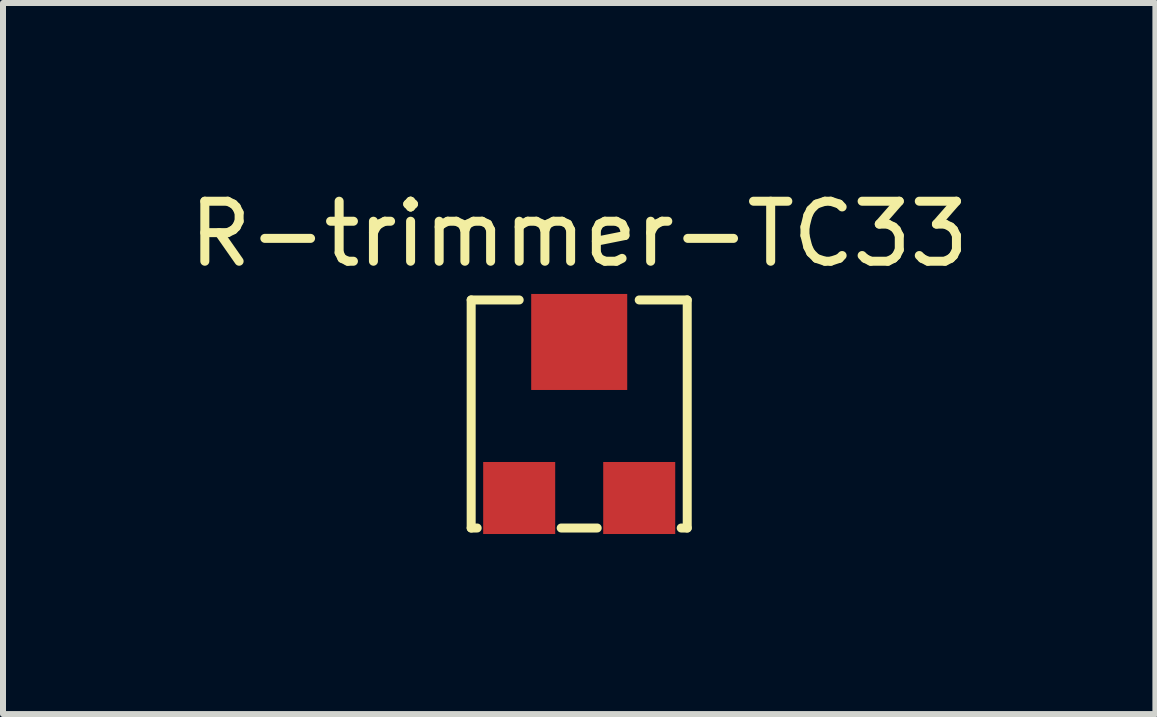
<source format=kicad_pcb>
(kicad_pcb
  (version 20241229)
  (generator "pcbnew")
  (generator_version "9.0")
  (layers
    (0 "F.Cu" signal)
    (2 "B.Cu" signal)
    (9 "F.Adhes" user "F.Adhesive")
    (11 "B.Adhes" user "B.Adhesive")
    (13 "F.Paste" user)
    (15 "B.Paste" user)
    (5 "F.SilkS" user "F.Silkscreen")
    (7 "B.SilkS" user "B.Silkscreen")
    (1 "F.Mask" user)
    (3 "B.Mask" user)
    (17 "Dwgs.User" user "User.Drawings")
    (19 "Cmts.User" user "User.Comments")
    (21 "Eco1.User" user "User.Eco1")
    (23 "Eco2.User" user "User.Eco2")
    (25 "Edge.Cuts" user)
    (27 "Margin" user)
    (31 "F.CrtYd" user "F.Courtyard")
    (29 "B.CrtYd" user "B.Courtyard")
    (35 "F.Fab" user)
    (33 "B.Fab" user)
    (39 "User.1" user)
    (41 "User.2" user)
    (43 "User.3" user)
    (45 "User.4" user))
  (footprint "R-trimmer-TC33"
    (layer "F.Cu")
    (at 6.601 4.048)
    (property "Reference" "R-trimmer-TC33" (at 0 -3.2 0) (layer "F.SilkS") (effects (font (size 1 1) (thickness 0.15))))
    (attr through_hole)
    (fp_line (start -1.8 -2.1) (end -1 -2.1) (stroke (width 0.15) (type solid)) (layer "F.SilkS"))
    (fp_line (start -1.8 1.7) (end -1.8 -2.1) (stroke (width 0.15) (type solid)) (layer "F.SilkS"))
    (fp_line (start -1.7 1.7) (end -1.8 1.7) (stroke (width 0.15) (type solid)) (layer "F.SilkS"))
    (fp_line (start 0.3 1.7) (end -0.3 1.7) (stroke (width 0.15) (type solid)) (layer "F.SilkS"))
    (fp_line (start 1.8 -2.1) (end 1 -2.1) (stroke (width 0.15) (type solid)) (layer "F.SilkS"))
    (fp_line (start 1.8 -2.1) (end 1.8 1.7) (stroke (width 0.15) (type solid)) (layer "F.SilkS"))
    (fp_line (start 1.8 1.7) (end 1.7 1.7) (stroke (width 0.15) (type solid)) (layer "F.SilkS"))
    (pad "1" smd rect (at -1 1.2) (size 1.2 1.2) (layers "F.Cu" "F.Mask" "F.Paste"))
    (pad "2" smd rect (at 1 1.2) (size 1.2 1.2) (layers "F.Cu" "F.Mask" "F.Paste"))
    (pad "3" smd rect (at 0 -1.4) (size 1.6 1.6) (layers "F.Cu" "F.Mask" "F.Paste")))
  (gr_rect
    (start -3 -3)
    (end 16.202 8.848)
    (stroke (width 0.1) (type default))
    (fill no)
    (layer "Edge.Cuts")))
</source>
